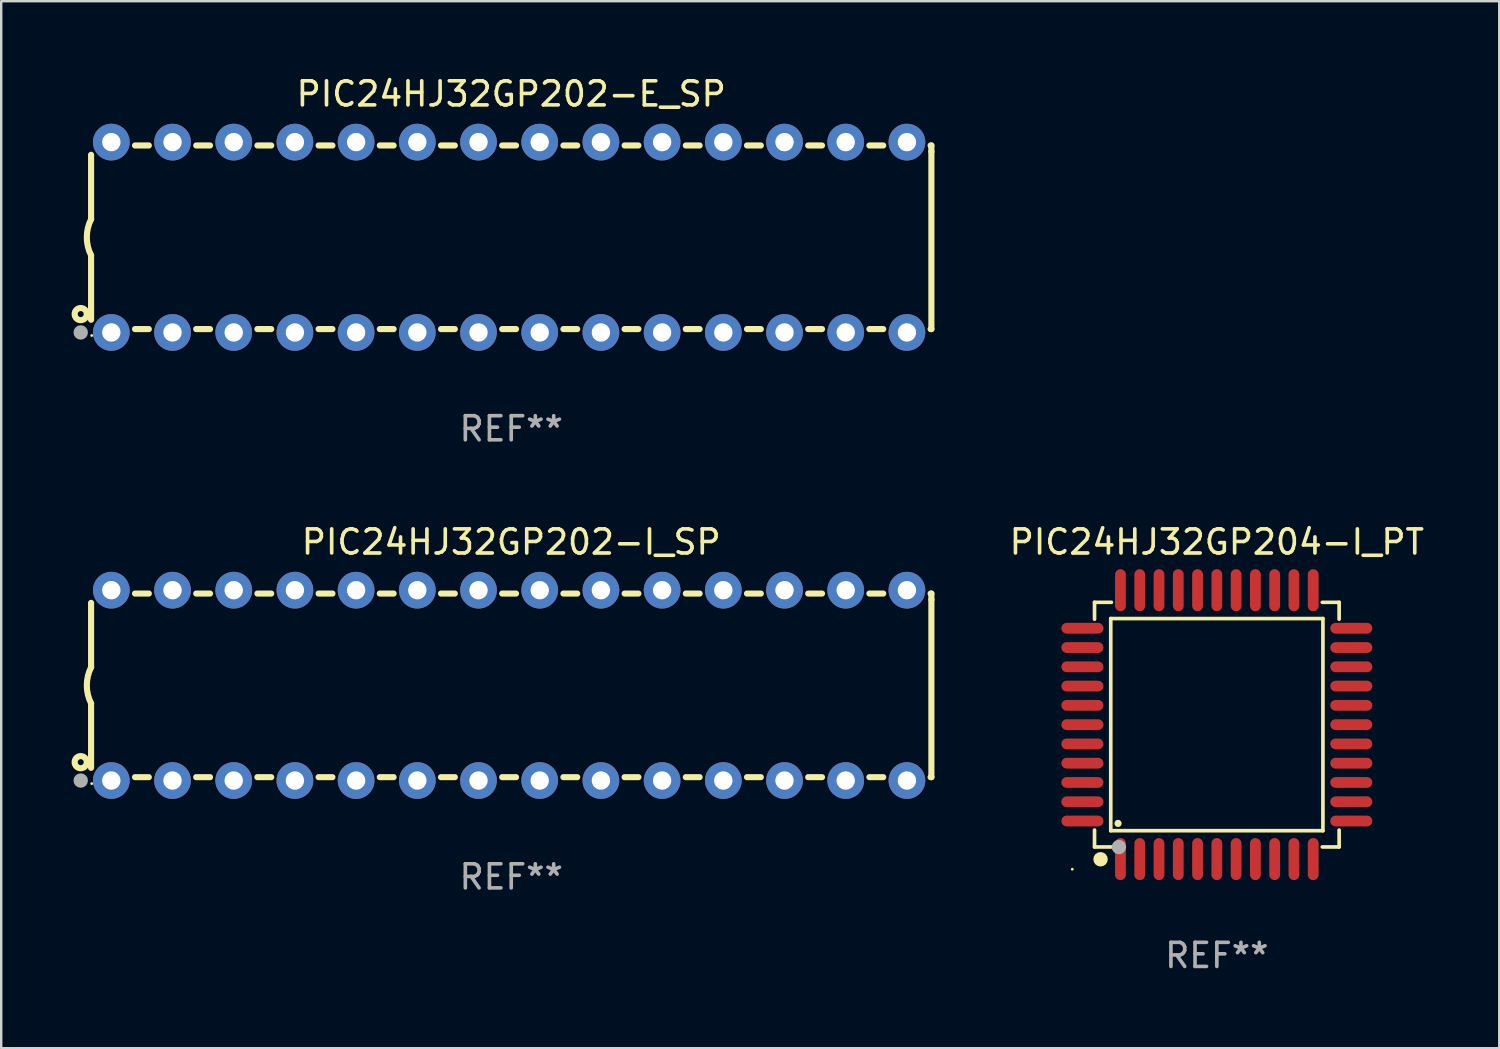
<source format=kicad_pcb>
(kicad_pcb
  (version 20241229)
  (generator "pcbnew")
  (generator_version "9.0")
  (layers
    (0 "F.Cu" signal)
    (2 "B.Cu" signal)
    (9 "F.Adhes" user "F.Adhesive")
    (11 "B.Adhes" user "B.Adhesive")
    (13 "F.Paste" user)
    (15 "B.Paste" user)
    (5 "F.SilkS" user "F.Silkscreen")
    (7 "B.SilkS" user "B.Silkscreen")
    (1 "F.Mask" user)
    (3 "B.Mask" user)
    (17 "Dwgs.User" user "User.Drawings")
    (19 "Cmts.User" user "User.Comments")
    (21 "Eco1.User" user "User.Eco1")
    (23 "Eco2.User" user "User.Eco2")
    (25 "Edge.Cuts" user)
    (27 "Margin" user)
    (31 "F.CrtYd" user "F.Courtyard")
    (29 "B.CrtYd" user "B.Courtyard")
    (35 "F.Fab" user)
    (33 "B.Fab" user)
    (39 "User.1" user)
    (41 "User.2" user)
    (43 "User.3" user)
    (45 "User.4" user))
  (footprint "PIC24HJ32GP202-I_SP"
    (layer "F.Cu")
    (at 18.168 25.395)
    (property "Reference" "PIC24HJ32GP202-I_SP" (at 0 -5.95 0) (layer "F.SilkS") (effects (font (size 1 1) (thickness 0.15))))
    (attr through_hole)
    (fp_line (start -17.438 0.75) (end -17.438 3.423) (stroke (width 0.254) (type solid)) (layer "F.SilkS"))
    (fp_line (start -17.438 -3.423) (end -17.438 -0.75) (stroke (width 0.254) (type solid)) (layer "F.SilkS"))
    (fp_line (start -15.615 3.81) (end -15.041 3.81) (stroke (width 0.254) (type solid)) (layer "F.SilkS"))
    (fp_line (start -15.041 -3.81) (end -15.614 -3.81) (stroke (width 0.254) (type solid)) (layer "F.SilkS"))
    (fp_line (start -13.075 3.81) (end -12.501 3.81) (stroke (width 0.254) (type solid)) (layer "F.SilkS"))
    (fp_line (start -12.501 -3.81) (end -13.074 -3.81) (stroke (width 0.254) (type solid)) (layer "F.SilkS"))
    (fp_line (start -10.535 3.81) (end -9.961 3.81) (stroke (width 0.254) (type solid)) (layer "F.SilkS"))
    (fp_line (start -9.961 -3.81) (end -10.534 -3.81) (stroke (width 0.254) (type solid)) (layer "F.SilkS"))
    (fp_line (start -7.995 3.81) (end -7.421 3.81) (stroke (width 0.254) (type solid)) (layer "F.SilkS"))
    (fp_line (start -7.421 -3.81) (end -7.995 -3.81) (stroke (width 0.254) (type solid)) (layer "F.SilkS"))
    (fp_line (start -5.455 3.81) (end -4.881 3.81) (stroke (width 0.254) (type solid)) (layer "F.SilkS"))
    (fp_line (start -4.881 -3.81) (end -5.455 -3.81) (stroke (width 0.254) (type solid)) (layer "F.SilkS"))
    (fp_line (start -2.915 3.81) (end -2.341 3.81) (stroke (width 0.254) (type solid)) (layer "F.SilkS"))
    (fp_line (start -2.341 -3.81) (end -2.915 -3.81) (stroke (width 0.254) (type solid)) (layer "F.SilkS"))
    (fp_line (start -0.375 3.81) (end 0.199 3.81) (stroke (width 0.254) (type solid)) (layer "F.SilkS"))
    (fp_line (start 0.199 -3.81) (end -0.375 -3.81) (stroke (width 0.254) (type solid)) (layer "F.SilkS"))
    (fp_line (start 2.165 3.81) (end 2.739 3.81) (stroke (width 0.254) (type solid)) (layer "F.SilkS"))
    (fp_line (start 2.739 -3.81) (end 2.165 -3.81) (stroke (width 0.254) (type solid)) (layer "F.SilkS"))
    (fp_line (start 4.705 3.81) (end 5.279 3.81) (stroke (width 0.254) (type solid)) (layer "F.SilkS"))
    (fp_line (start 5.279 -3.81) (end 4.705 -3.81) (stroke (width 0.254) (type solid)) (layer "F.SilkS"))
    (fp_line (start 7.245 3.81) (end 7.819 3.81) (stroke (width 0.254) (type solid)) (layer "F.SilkS"))
    (fp_line (start 7.819 -3.81) (end 7.245 -3.81) (stroke (width 0.254) (type solid)) (layer "F.SilkS"))
    (fp_line (start 9.785 3.81) (end 10.359 3.81) (stroke (width 0.254) (type solid)) (layer "F.SilkS"))
    (fp_line (start 10.359 -3.81) (end 9.785 -3.81) (stroke (width 0.254) (type solid)) (layer "F.SilkS"))
    (fp_line (start 12.325 3.81) (end 12.899 3.81) (stroke (width 0.254) (type solid)) (layer "F.SilkS"))
    (fp_line (start 12.899 -3.81) (end 12.325 -3.81) (stroke (width 0.254) (type solid)) (layer "F.SilkS"))
    (fp_line (start 14.865 3.81) (end 15.439 3.81) (stroke (width 0.254) (type solid)) (layer "F.SilkS"))
    (fp_line (start 15.439 -3.81) (end 14.865 -3.81) (stroke (width 0.254) (type solid)) (layer "F.SilkS"))
    (fp_line (start 17.405 3.81) (end 17.438 3.81) (stroke (width 0.254) (type solid)) (layer "F.SilkS"))
    (fp_line (start 17.438 -3.81) (end 17.405 -3.81) (stroke (width 0.254) (type solid)) (layer "F.SilkS"))
    (fp_line (start 17.438 -3.556) (end 17.438 -3.81) (stroke (width 0.254) (type solid)) (layer "F.SilkS"))
    (fp_line (start 17.438 3.81) (end 17.438 -3.556) (stroke (width 0.254) (type solid)) (layer "F.SilkS"))
    (fp_arc (start -17.437986 0.749657) (mid -17.614887 -0.000024) (end -17.437783 -0.749657) (stroke (width 0.254001) (type solid)) (layer "F.SilkS"))
    (fp_circle (center -17.868 3.188) (end -17.743 3.188) (stroke (width 0.254) (type solid)) (fill no) (layer "F.SilkS"))
    (fp_circle (center -17.411 4.077) (end -17.381 4.077) (stroke (width 0.06) (type solid)) (fill no) (layer "F.SilkS"))
    (fp_circle (center -17.868 3.95) (end -17.718 3.95) (stroke (width 0.3) (type solid)) (fill no) (layer "F.Fab"))
    (fp_text user "REF**" (at 0 7.95 0) (layer "F.Fab") (effects (font (size 1 1) (thickness 0.15))))
    (pad "1" thru_hole circle (at -16.598 3.95) (size 1.524 1.524) (drill 0.762) (layers "*.Cu" "*.Mask"))
    (pad "2" thru_hole circle (at -14.058 3.95) (size 1.524 1.524) (drill 0.762) (layers "*.Cu" "*.Mask"))
    (pad "3" thru_hole circle (at -11.518 3.95) (size 1.524 1.524) (drill 0.762) (layers "*.Cu" "*.Mask"))
    (pad "4" thru_hole circle (at -8.978 3.95) (size 1.524 1.524) (drill 0.762) (layers "*.Cu" "*.Mask"))
    (pad "5" thru_hole circle (at -6.438 3.95) (size 1.524 1.524) (drill 0.762) (layers "*.Cu" "*.Mask"))
    (pad "6" thru_hole circle (at -3.898 3.95) (size 1.524 1.524) (drill 0.762) (layers "*.Cu" "*.Mask"))
    (pad "7" thru_hole circle (at -1.358 3.95) (size 1.524 1.524) (drill 0.762) (layers "*.Cu" "*.Mask"))
    (pad "8" thru_hole circle (at 1.182 3.95) (size 1.524 1.524) (drill 0.762) (layers "*.Cu" "*.Mask"))
    (pad "9" thru_hole circle (at 3.722 3.95) (size 1.524 1.524) (drill 0.762) (layers "*.Cu" "*.Mask"))
    (pad "10" thru_hole circle (at 6.262 3.95) (size 1.524 1.524) (drill 0.762) (layers "*.Cu" "*.Mask"))
    (pad "11" thru_hole circle (at 8.802 3.95) (size 1.524 1.524) (drill 0.762) (layers "*.Cu" "*.Mask"))
    (pad "12" thru_hole circle (at 11.342 3.95) (size 1.524 1.524) (drill 0.762) (layers "*.Cu" "*.Mask"))
    (pad "13" thru_hole circle (at 13.882 3.95) (size 1.524 1.524) (drill 0.762) (layers "*.Cu" "*.Mask"))
    (pad "14" thru_hole circle (at 16.422 3.95) (size 1.524 1.524) (drill 0.762) (layers "*.Cu" "*.Mask"))
    (pad "15" thru_hole circle (at 16.422 -3.95) (size 1.524 1.524) (drill 0.762) (layers "*.Cu" "*.Mask"))
    (pad "16" thru_hole circle (at 13.882 -3.95) (size 1.524 1.524) (drill 0.762) (layers "*.Cu" "*.Mask"))
    (pad "17" thru_hole circle (at 11.342 -3.95) (size 1.524 1.524) (drill 0.762) (layers "*.Cu" "*.Mask"))
    (pad "18" thru_hole circle (at 8.802 -3.95) (size 1.524 1.524) (drill 0.762) (layers "*.Cu" "*.Mask"))
    (pad "19" thru_hole circle (at 6.262 -3.95) (size 1.524 1.524) (drill 0.762) (layers "*.Cu" "*.Mask"))
    (pad "20" thru_hole circle (at 3.722 -3.95) (size 1.524 1.524) (drill 0.762) (layers "*.Cu" "*.Mask"))
    (pad "21" thru_hole circle (at 1.182 -3.95) (size 1.524 1.524) (drill 0.762) (layers "*.Cu" "*.Mask"))
    (pad "22" thru_hole circle (at -1.358 -3.95) (size 1.524 1.524) (drill 0.762) (layers "*.Cu" "*.Mask"))
    (pad "23" thru_hole circle (at -3.898 -3.95) (size 1.524 1.524) (drill 0.762) (layers "*.Cu" "*.Mask"))
    (pad "24" thru_hole circle (at -6.438 -3.95) (size 1.524 1.524) (drill 0.762) (layers "*.Cu" "*.Mask"))
    (pad "25" thru_hole circle (at -8.978 -3.95) (size 1.524 1.524) (drill 0.762) (layers "*.Cu" "*.Mask"))
    (pad "26" thru_hole circle (at -11.517 -3.95) (size 1.524 1.524) (drill 0.762) (layers "*.Cu" "*.Mask"))
    (pad "27" thru_hole circle (at -14.057 -3.95) (size 1.524 1.524) (drill 0.762) (layers "*.Cu" "*.Mask"))
    (pad "28" thru_hole circle (at -16.597 -3.95) (size 1.524 1.524) (drill 0.762) (layers "*.Cu" "*.Mask")))
  (footprint "PIC24HJ32GP202-E_SP"
    (layer "F.Cu")
    (at 18.168 6.798)
    (property "Reference" "PIC24HJ32GP202-E_SP" (at 0 -5.95 0) (layer "F.SilkS") (effects (font (size 1 1) (thickness 0.15))))
    (attr through_hole)
    (fp_line (start -17.438 0.75) (end -17.438 3.423) (stroke (width 0.254) (type solid)) (layer "F.SilkS"))
    (fp_line (start -17.438 -3.423) (end -17.438 -0.75) (stroke (width 0.254) (type solid)) (layer "F.SilkS"))
    (fp_line (start -15.615 3.81) (end -15.041 3.81) (stroke (width 0.254) (type solid)) (layer "F.SilkS"))
    (fp_line (start -15.041 -3.81) (end -15.614 -3.81) (stroke (width 0.254) (type solid)) (layer "F.SilkS"))
    (fp_line (start -13.075 3.81) (end -12.501 3.81) (stroke (width 0.254) (type solid)) (layer "F.SilkS"))
    (fp_line (start -12.501 -3.81) (end -13.074 -3.81) (stroke (width 0.254) (type solid)) (layer "F.SilkS"))
    (fp_line (start -10.535 3.81) (end -9.961 3.81) (stroke (width 0.254) (type solid)) (layer "F.SilkS"))
    (fp_line (start -9.961 -3.81) (end -10.534 -3.81) (stroke (width 0.254) (type solid)) (layer "F.SilkS"))
    (fp_line (start -7.995 3.81) (end -7.421 3.81) (stroke (width 0.254) (type solid)) (layer "F.SilkS"))
    (fp_line (start -7.421 -3.81) (end -7.995 -3.81) (stroke (width 0.254) (type solid)) (layer "F.SilkS"))
    (fp_line (start -5.455 3.81) (end -4.881 3.81) (stroke (width 0.254) (type solid)) (layer "F.SilkS"))
    (fp_line (start -4.881 -3.81) (end -5.455 -3.81) (stroke (width 0.254) (type solid)) (layer "F.SilkS"))
    (fp_line (start -2.915 3.81) (end -2.341 3.81) (stroke (width 0.254) (type solid)) (layer "F.SilkS"))
    (fp_line (start -2.341 -3.81) (end -2.915 -3.81) (stroke (width 0.254) (type solid)) (layer "F.SilkS"))
    (fp_line (start -0.375 3.81) (end 0.199 3.81) (stroke (width 0.254) (type solid)) (layer "F.SilkS"))
    (fp_line (start 0.199 -3.81) (end -0.375 -3.81) (stroke (width 0.254) (type solid)) (layer "F.SilkS"))
    (fp_line (start 2.165 3.81) (end 2.739 3.81) (stroke (width 0.254) (type solid)) (layer "F.SilkS"))
    (fp_line (start 2.739 -3.81) (end 2.165 -3.81) (stroke (width 0.254) (type solid)) (layer "F.SilkS"))
    (fp_line (start 4.705 3.81) (end 5.279 3.81) (stroke (width 0.254) (type solid)) (layer "F.SilkS"))
    (fp_line (start 5.279 -3.81) (end 4.705 -3.81) (stroke (width 0.254) (type solid)) (layer "F.SilkS"))
    (fp_line (start 7.245 3.81) (end 7.819 3.81) (stroke (width 0.254) (type solid)) (layer "F.SilkS"))
    (fp_line (start 7.819 -3.81) (end 7.245 -3.81) (stroke (width 0.254) (type solid)) (layer "F.SilkS"))
    (fp_line (start 9.785 3.81) (end 10.359 3.81) (stroke (width 0.254) (type solid)) (layer "F.SilkS"))
    (fp_line (start 10.359 -3.81) (end 9.785 -3.81) (stroke (width 0.254) (type solid)) (layer "F.SilkS"))
    (fp_line (start 12.325 3.81) (end 12.899 3.81) (stroke (width 0.254) (type solid)) (layer "F.SilkS"))
    (fp_line (start 12.899 -3.81) (end 12.325 -3.81) (stroke (width 0.254) (type solid)) (layer "F.SilkS"))
    (fp_line (start 14.865 3.81) (end 15.439 3.81) (stroke (width 0.254) (type solid)) (layer "F.SilkS"))
    (fp_line (start 15.439 -3.81) (end 14.865 -3.81) (stroke (width 0.254) (type solid)) (layer "F.SilkS"))
    (fp_line (start 17.405 3.81) (end 17.438 3.81) (stroke (width 0.254) (type solid)) (layer "F.SilkS"))
    (fp_line (start 17.438 -3.81) (end 17.405 -3.81) (stroke (width 0.254) (type solid)) (layer "F.SilkS"))
    (fp_line (start 17.438 -3.556) (end 17.438 -3.81) (stroke (width 0.254) (type solid)) (layer "F.SilkS"))
    (fp_line (start 17.438 3.81) (end 17.438 -3.556) (stroke (width 0.254) (type solid)) (layer "F.SilkS"))
    (fp_arc (start -17.437986 0.749657) (mid -17.614887 -0.000024) (end -17.437783 -0.749657) (stroke (width 0.254001) (type solid)) (layer "F.SilkS"))
    (fp_circle (center -17.868 3.188) (end -17.743 3.188) (stroke (width 0.254) (type solid)) (fill no) (layer "F.SilkS"))
    (fp_circle (center -17.411 4.077) (end -17.381 4.077) (stroke (width 0.06) (type solid)) (fill no) (layer "F.SilkS"))
    (fp_circle (center -17.868 3.95) (end -17.718 3.95) (stroke (width 0.3) (type solid)) (fill no) (layer "F.Fab"))
    (fp_text user "REF**" (at 0 7.95 0) (layer "F.Fab") (effects (font (size 1 1) (thickness 0.15))))
    (pad "1" thru_hole circle (at -16.598 3.95) (size 1.524 1.524) (drill 0.762) (layers "*.Cu" "*.Mask"))
    (pad "2" thru_hole circle (at -14.058 3.95) (size 1.524 1.524) (drill 0.762) (layers "*.Cu" "*.Mask"))
    (pad "3" thru_hole circle (at -11.518 3.95) (size 1.524 1.524) (drill 0.762) (layers "*.Cu" "*.Mask"))
    (pad "4" thru_hole circle (at -8.978 3.95) (size 1.524 1.524) (drill 0.762) (layers "*.Cu" "*.Mask"))
    (pad "5" thru_hole circle (at -6.438 3.95) (size 1.524 1.524) (drill 0.762) (layers "*.Cu" "*.Mask"))
    (pad "6" thru_hole circle (at -3.898 3.95) (size 1.524 1.524) (drill 0.762) (layers "*.Cu" "*.Mask"))
    (pad "7" thru_hole circle (at -1.358 3.95) (size 1.524 1.524) (drill 0.762) (layers "*.Cu" "*.Mask"))
    (pad "8" thru_hole circle (at 1.182 3.95) (size 1.524 1.524) (drill 0.762) (layers "*.Cu" "*.Mask"))
    (pad "9" thru_hole circle (at 3.722 3.95) (size 1.524 1.524) (drill 0.762) (layers "*.Cu" "*.Mask"))
    (pad "10" thru_hole circle (at 6.262 3.95) (size 1.524 1.524) (drill 0.762) (layers "*.Cu" "*.Mask"))
    (pad "11" thru_hole circle (at 8.802 3.95) (size 1.524 1.524) (drill 0.762) (layers "*.Cu" "*.Mask"))
    (pad "12" thru_hole circle (at 11.342 3.95) (size 1.524 1.524) (drill 0.762) (layers "*.Cu" "*.Mask"))
    (pad "13" thru_hole circle (at 13.882 3.95) (size 1.524 1.524) (drill 0.762) (layers "*.Cu" "*.Mask"))
    (pad "14" thru_hole circle (at 16.422 3.95) (size 1.524 1.524) (drill 0.762) (layers "*.Cu" "*.Mask"))
    (pad "15" thru_hole circle (at 16.422 -3.95) (size 1.524 1.524) (drill 0.762) (layers "*.Cu" "*.Mask"))
    (pad "16" thru_hole circle (at 13.882 -3.95) (size 1.524 1.524) (drill 0.762) (layers "*.Cu" "*.Mask"))
    (pad "17" thru_hole circle (at 11.342 -3.95) (size 1.524 1.524) (drill 0.762) (layers "*.Cu" "*.Mask"))
    (pad "18" thru_hole circle (at 8.802 -3.95) (size 1.524 1.524) (drill 0.762) (layers "*.Cu" "*.Mask"))
    (pad "19" thru_hole circle (at 6.262 -3.95) (size 1.524 1.524) (drill 0.762) (layers "*.Cu" "*.Mask"))
    (pad "20" thru_hole circle (at 3.722 -3.95) (size 1.524 1.524) (drill 0.762) (layers "*.Cu" "*.Mask"))
    (pad "21" thru_hole circle (at 1.182 -3.95) (size 1.524 1.524) (drill 0.762) (layers "*.Cu" "*.Mask"))
    (pad "22" thru_hole circle (at -1.358 -3.95) (size 1.524 1.524) (drill 0.762) (layers "*.Cu" "*.Mask"))
    (pad "23" thru_hole circle (at -3.898 -3.95) (size 1.524 1.524) (drill 0.762) (layers "*.Cu" "*.Mask"))
    (pad "24" thru_hole circle (at -6.438 -3.95) (size 1.524 1.524) (drill 0.762) (layers "*.Cu" "*.Mask"))
    (pad "25" thru_hole circle (at -8.978 -3.95) (size 1.524 1.524) (drill 0.762) (layers "*.Cu" "*.Mask"))
    (pad "26" thru_hole circle (at -11.517 -3.95) (size 1.524 1.524) (drill 0.762) (layers "*.Cu" "*.Mask"))
    (pad "27" thru_hole circle (at -14.057 -3.95) (size 1.524 1.524) (drill 0.762) (layers "*.Cu" "*.Mask"))
    (pad "28" thru_hole circle (at -16.597 -3.95) (size 1.524 1.524) (drill 0.762) (layers "*.Cu" "*.Mask")))
  (footprint "PIC24HJ32GP204-I_PT"
    (layer "F.Cu")
    (at 47.453 27.025)
    (property "Reference" "PIC24HJ32GP204-I_PT" (at 0 -7.58 0) (layer "F.SilkS") (effects (font (size 1 1) (thickness 0.15))))
    (attr through_hole)
    (fp_line (start -5.076 -5.076) (end -5.076 -4.376) (stroke (width 0.152) (type solid)) (layer "F.SilkS"))
    (fp_line (start -5.076 5.076) (end -5.076 4.376) (stroke (width 0.152) (type solid)) (layer "F.SilkS"))
    (fp_line (start -4.403 -4.403) (end 4.403 -4.403) (stroke (width 0.152) (type solid)) (layer "F.SilkS"))
    (fp_line (start -4.403 4.403) (end -4.403 -4.403) (stroke (width 0.152) (type solid)) (layer "F.SilkS"))
    (fp_line (start -4.376 -5.076) (end -5.076 -5.076) (stroke (width 0.152) (type solid)) (layer "F.SilkS"))
    (fp_line (start -4.376 5.076) (end -5.076 5.076) (stroke (width 0.152) (type solid)) (layer "F.SilkS"))
    (fp_line (start 4.376 -5.076) (end 5.076 -5.076) (stroke (width 0.152) (type solid)) (layer "F.SilkS"))
    (fp_line (start 4.376 5.076) (end 5.076 5.076) (stroke (width 0.152) (type solid)) (layer "F.SilkS"))
    (fp_line (start 4.403 -4.403) (end 4.403 4.403) (stroke (width 0.152) (type solid)) (layer "F.SilkS"))
    (fp_line (start 4.403 4.403) (end -4.403 4.403) (stroke (width 0.152) (type solid)) (layer "F.SilkS"))
    (fp_line (start 5.076 -5.076) (end 5.076 -4.376) (stroke (width 0.152) (type solid)) (layer "F.SilkS"))
    (fp_line (start 5.076 5.076) (end 5.076 4.376) (stroke (width 0.152) (type solid)) (layer "F.SilkS"))
    (fp_circle (center -6 6) (end -5.97 6) (stroke (width 0.06) (type solid)) (fill no) (layer "F.SilkS"))
    (fp_circle (center -4.826 5.588) (end -4.676 5.588) (stroke (width 0.3) (type solid)) (fill no) (layer "F.SilkS"))
    (fp_circle (center -4.1 4.1) (end -4.025 4.1) (stroke (width 0.15) (type solid)) (fill no) (layer "F.SilkS"))
    (fp_circle (center -4.064 5.08) (end -3.914 5.08) (stroke (width 0.3) (type solid)) (fill no) (layer "F.Fab"))
    (fp_text user "REF**" (at 0 9.58 0) (layer "F.Fab") (effects (font (size 1 1) (thickness 0.15))))
    (pad "1" smd oval (at -4 5.58) (size 0.448 1.745) (layers "F.Cu" "F.Mask" "F.Paste"))
    (pad "2" smd oval (at -3.2 5.58) (size 0.448 1.745) (layers "F.Cu" "F.Mask" "F.Paste"))
    (pad "3" smd oval (at -2.4 5.58) (size 0.448 1.745) (layers "F.Cu" "F.Mask" "F.Paste"))
    (pad "4" smd oval (at -1.6 5.58) (size 0.448 1.745) (layers "F.Cu" "F.Mask" "F.Paste"))
    (pad "5" smd oval (at -0.8 5.58) (size 0.448 1.745) (layers "F.Cu" "F.Mask" "F.Paste"))
    (pad "6" smd oval (at 0 5.58) (size 0.448 1.745) (layers "F.Cu" "F.Mask" "F.Paste"))
    (pad "7" smd oval (at 0.8 5.58) (size 0.448 1.745) (layers "F.Cu" "F.Mask" "F.Paste"))
    (pad "8" smd oval (at 1.6 5.58) (size 0.448 1.745) (layers "F.Cu" "F.Mask" "F.Paste"))
    (pad "9" smd oval (at 2.4 5.58) (size 0.448 1.745) (layers "F.Cu" "F.Mask" "F.Paste"))
    (pad "10" smd oval (at 3.2 5.58) (size 0.448 1.745) (layers "F.Cu" "F.Mask" "F.Paste"))
    (pad "11" smd oval (at 4 5.58) (size 0.448 1.745) (layers "F.Cu" "F.Mask" "F.Paste"))
    (pad "12" smd oval (at 5.58 4) (size 1.745 0.448) (layers "F.Cu" "F.Mask" "F.Paste"))
    (pad "13" smd oval (at 5.58 3.2) (size 1.745 0.448) (layers "F.Cu" "F.Mask" "F.Paste"))
    (pad "14" smd oval (at 5.58 2.4) (size 1.745 0.448) (layers "F.Cu" "F.Mask" "F.Paste"))
    (pad "15" smd oval (at 5.58 1.6) (size 1.745 0.448) (layers "F.Cu" "F.Mask" "F.Paste"))
    (pad "16" smd oval (at 5.58 0.8) (size 1.745 0.448) (layers "F.Cu" "F.Mask" "F.Paste"))
    (pad "17" smd oval (at 5.58 0) (size 1.745 0.448) (layers "F.Cu" "F.Mask" "F.Paste"))
    (pad "18" smd oval (at 5.58 -0.8) (size 1.745 0.448) (layers "F.Cu" "F.Mask" "F.Paste"))
    (pad "19" smd oval (at 5.58 -1.6) (size 1.745 0.448) (layers "F.Cu" "F.Mask" "F.Paste"))
    (pad "20" smd oval (at 5.58 -2.4) (size 1.745 0.448) (layers "F.Cu" "F.Mask" "F.Paste"))
    (pad "21" smd oval (at 5.58 -3.2) (size 1.745 0.448) (layers "F.Cu" "F.Mask" "F.Paste"))
    (pad "22" smd oval (at 5.58 -4) (size 1.745 0.448) (layers "F.Cu" "F.Mask" "F.Paste"))
    (pad "23" smd oval (at 4 -5.58) (size 0.448 1.745) (layers "F.Cu" "F.Mask" "F.Paste"))
    (pad "24" smd oval (at 3.2 -5.58) (size 0.448 1.745) (layers "F.Cu" "F.Mask" "F.Paste"))
    (pad "25" smd oval (at 2.4 -5.58) (size 0.448 1.745) (layers "F.Cu" "F.Mask" "F.Paste"))
    (pad "26" smd oval (at 1.6 -5.58) (size 0.448 1.745) (layers "F.Cu" "F.Mask" "F.Paste"))
    (pad "27" smd oval (at 0.8 -5.58) (size 0.448 1.745) (layers "F.Cu" "F.Mask" "F.Paste"))
    (pad "28" smd oval (at 0 -5.58) (size 0.448 1.745) (layers "F.Cu" "F.Mask" "F.Paste"))
    (pad "29" smd oval (at -0.8 -5.58) (size 0.448 1.745) (layers "F.Cu" "F.Mask" "F.Paste"))
    (pad "30" smd oval (at -1.6 -5.58) (size 0.448 1.745) (layers "F.Cu" "F.Mask" "F.Paste"))
    (pad "31" smd oval (at -2.4 -5.58) (size 0.448 1.745) (layers "F.Cu" "F.Mask" "F.Paste"))
    (pad "32" smd oval (at -3.2 -5.58) (size 0.448 1.745) (layers "F.Cu" "F.Mask" "F.Paste"))
    (pad "33" smd oval (at -4 -5.58) (size 0.448 1.745) (layers "F.Cu" "F.Mask" "F.Paste"))
    (pad "34" smd oval (at -5.58 -4) (size 1.745 0.448) (layers "F.Cu" "F.Mask" "F.Paste"))
    (pad "35" smd oval (at -5.58 -3.2) (size 1.745 0.448) (layers "F.Cu" "F.Mask" "F.Paste"))
    (pad "36" smd oval (at -5.58 -2.4) (size 1.745 0.448) (layers "F.Cu" "F.Mask" "F.Paste"))
    (pad "37" smd oval (at -5.58 -1.6) (size 1.745 0.448) (layers "F.Cu" "F.Mask" "F.Paste"))
    (pad "38" smd oval (at -5.58 -0.8) (size 1.745 0.448) (layers "F.Cu" "F.Mask" "F.Paste"))
    (pad "39" smd oval (at -5.58 0) (size 1.745 0.448) (layers "F.Cu" "F.Mask" "F.Paste"))
    (pad "40" smd oval (at -5.58 0.8) (size 1.745 0.448) (layers "F.Cu" "F.Mask" "F.Paste"))
    (pad "41" smd oval (at -5.58 1.6) (size 1.745 0.448) (layers "F.Cu" "F.Mask" "F.Paste"))
    (pad "42" smd oval (at -5.58 2.4) (size 1.745 0.448) (layers "F.Cu" "F.Mask" "F.Paste"))
    (pad "43" smd oval (at -5.58 3.2) (size 1.745 0.448) (layers "F.Cu" "F.Mask" "F.Paste"))
    (pad "44" smd oval (at -5.58 4) (size 1.745 0.448) (layers "F.Cu" "F.Mask" "F.Paste")))
  (gr_rect
    (start -3 -3)
    (end 59.174 40.453)
    (stroke (width 0.1) (type default))
    (fill no)
    (layer "Edge.Cuts")))
</source>
